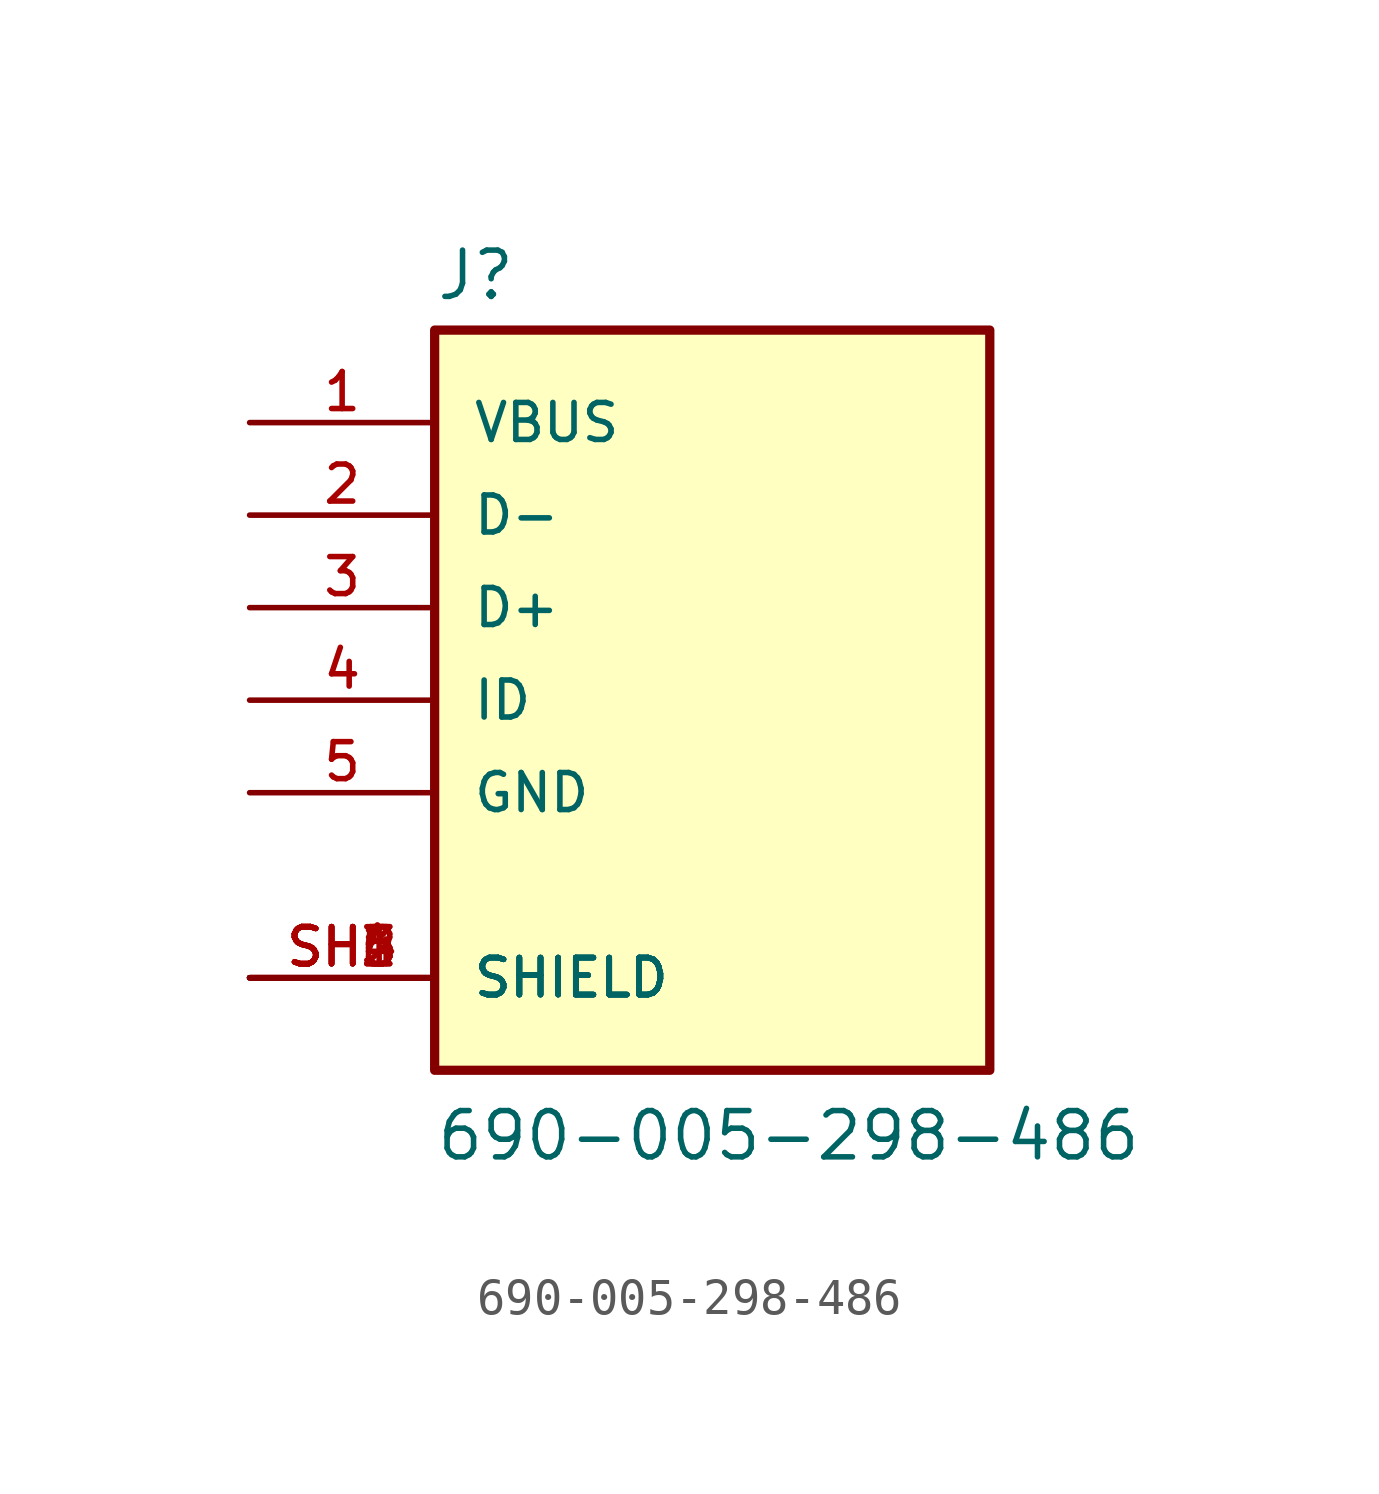
<source format=kicad_sym>
(kicad_symbol_lib
  (version 20211014)
  (generator kicad_symbol_editor)
  (symbol "690-005-298-486"
    (pin_names
      (offset 1.016))
    (property "Reference" "J"
      (at -7.62 10.922 0)
      (effects (font (size 1.27 1.27)) (justify bottom left)))
    (property "Value" "690-005-298-486"
      (at -7.62 -12.7 0)
      (effects (font (size 1.27 1.27)) (justify bottom left)))
    (symbol "690-005-298-486_0_0"
      (rectangle (start -7.62 -10.16) (end 7.62 10.16) (stroke (width 0.254)) (fill (type background)))
      (pin bidirectional line (at -12.7 5.08 0) (length 5.08) (name "D-" (effects (font (size 1.016 1.016)))) (number "2" (effects (font (size 1.016 1.016)))))
      (pin bidirectional line (at -12.7 2.54 0) (length 5.08) (name "D+" (effects (font (size 1.016 1.016)))) (number "3" (effects (font (size 1.016 1.016)))))
      (pin bidirectional line (at -12.7 0.0 0) (length 5.08) (name "ID" (effects (font (size 1.016 1.016)))) (number "4" (effects (font (size 1.016 1.016)))))
      (pin power_in line (at -12.7 7.62 0) (length 5.08) (name "VBUS" (effects (font (size 1.016 1.016)))) (number "1" (effects (font (size 1.016 1.016)))))
      (pin power_in line (at -12.7 -2.54 0) (length 5.08) (name "GND" (effects (font (size 1.016 1.016)))) (number "5" (effects (font (size 1.016 1.016)))))
      (pin passive line (at -12.7 -7.62 0) (length 5.08) (name "SHIELD" (effects (font (size 1.016 1.016)))) (number "SH1" (effects (font (size 1.016 1.016)))))
      (pin passive line (at -12.7 -7.62 0) (length 5.08) (name "SHIELD" (effects (font (size 1.016 1.016)))) (number "SH2" (effects (font (size 1.016 1.016)))))
      (pin passive line (at -12.7 -7.62 0) (length 5.08) (name "SHIELD" (effects (font (size 1.016 1.016)))) (number "SH3" (effects (font (size 1.016 1.016)))))
      (pin passive line (at -12.7 -7.62 0) (length 5.08) (name "SHIELD" (effects (font (size 1.016 1.016)))) (number "SH4" (effects (font (size 1.016 1.016)))))
      (pin passive line (at -12.7 -7.62 0) (length 5.08) (name "SHIELD" (effects (font (size 1.016 1.016)))) (number "SH5" (effects (font (size 1.016 1.016)))))
      (pin passive line (at -12.7 -7.62 0) (length 5.08) (name "SHIELD" (effects (font (size 1.016 1.016)))) (number "SH6" (effects (font (size 1.016 1.016))))))))
</source>
